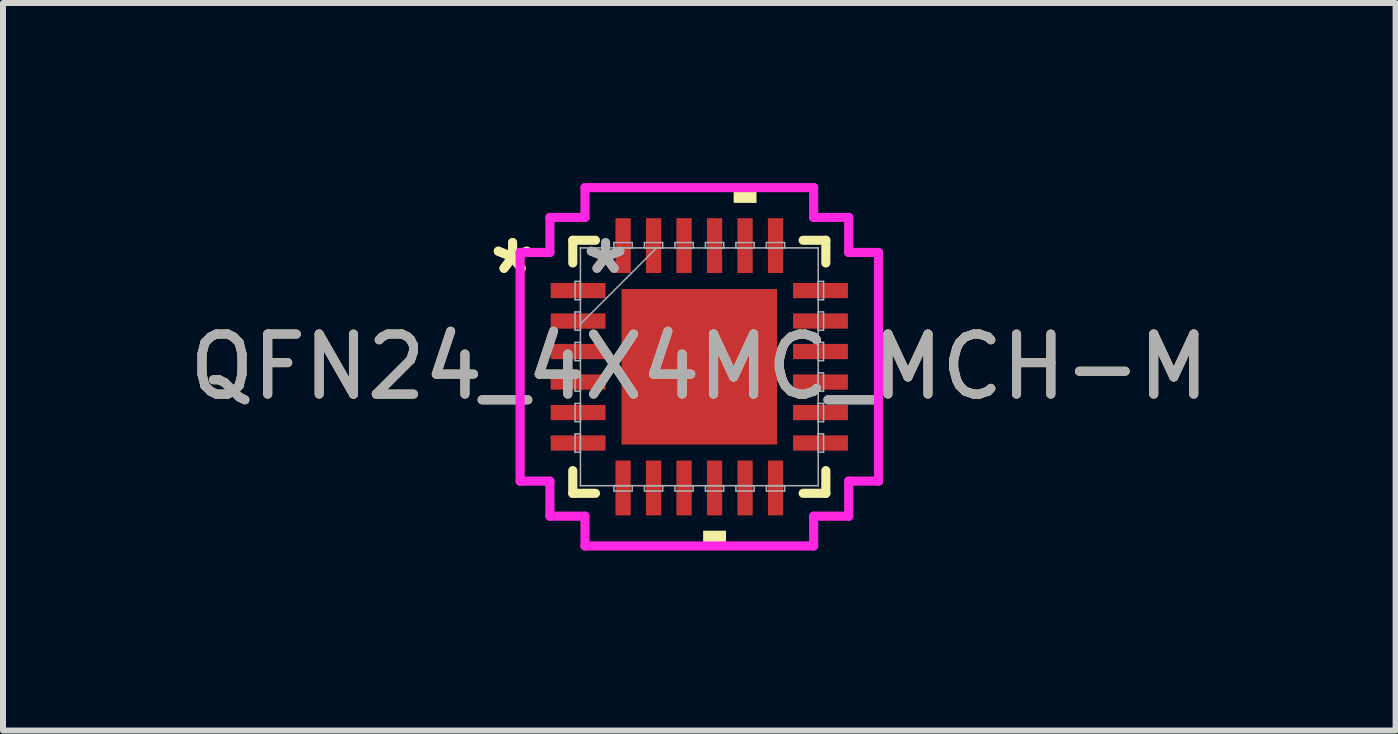
<source format=kicad_pcb>
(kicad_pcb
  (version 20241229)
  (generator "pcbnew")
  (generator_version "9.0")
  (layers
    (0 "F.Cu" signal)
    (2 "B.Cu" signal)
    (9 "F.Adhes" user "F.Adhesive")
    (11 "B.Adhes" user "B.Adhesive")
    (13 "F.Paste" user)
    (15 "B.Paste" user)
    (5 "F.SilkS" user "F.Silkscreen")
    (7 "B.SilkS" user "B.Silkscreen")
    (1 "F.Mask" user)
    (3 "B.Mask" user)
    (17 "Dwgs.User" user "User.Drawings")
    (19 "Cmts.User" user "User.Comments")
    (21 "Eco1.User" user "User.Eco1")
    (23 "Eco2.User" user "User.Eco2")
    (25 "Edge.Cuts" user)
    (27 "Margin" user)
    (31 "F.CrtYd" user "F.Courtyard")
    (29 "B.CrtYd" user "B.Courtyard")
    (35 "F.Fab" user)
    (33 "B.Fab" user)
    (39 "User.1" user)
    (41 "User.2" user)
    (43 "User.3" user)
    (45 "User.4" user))
  (footprint "QFN24_4X4MC_MCH-M"
    (layer "F.Cu")
    (at 8.601 3.061)
    (property "Reference" "QFN24_4X4MC_MCH-M" (at 0 0 0) (unlocked yes) (layer "F.SilkS") (effects (font (size 1 1) (thickness 0.15))))
    (attr smd)
    (fp_line (start -2.108 -2.108) (end -2.108 -1.73) (stroke (width 0.152) (type solid)) (layer "F.SilkS"))
    (fp_line (start -2.108 1.73) (end -2.108 2.108) (stroke (width 0.152) (type solid)) (layer "F.SilkS"))
    (fp_line (start -2.108 2.108) (end -1.73 2.108) (stroke (width 0.152) (type solid)) (layer "F.SilkS"))
    (fp_line (start -1.73 -2.108) (end -2.108 -2.108) (stroke (width 0.152) (type solid)) (layer "F.SilkS"))
    (fp_line (start 1.73 2.108) (end 2.108 2.108) (stroke (width 0.152) (type solid)) (layer "F.SilkS"))
    (fp_line (start 2.108 -2.108) (end 1.73 -2.108) (stroke (width 0.152) (type solid)) (layer "F.SilkS"))
    (fp_line (start 2.108 -1.73) (end 2.108 -2.108) (stroke (width 0.152) (type solid)) (layer "F.SilkS"))
    (fp_line (start 2.108 2.108) (end 2.108 1.73) (stroke (width 0.152) (type solid)) (layer "F.SilkS"))
    (fp_poly (pts (xy 0.064 2.731) (xy 0.064 2.985) (xy 0.445 2.985) (xy 0.445 2.731)) (stroke (width 0) (type solid)) (fill yes) (layer "F.SilkS"))
    (fp_poly (pts (xy 0.572 -2.731) (xy 0.572 -2.985) (xy 0.953 -2.985) (xy 0.953 -2.731)) (stroke (width 0) (type solid)) (fill yes) (layer "F.SilkS"))
    (fp_poly (pts (xy -1.195 -1.195) (xy -1.195 -0.1) (xy -0.1 -0.1) (xy -0.1 -1.195)) (stroke (width 0) (type solid)) (fill yes) (layer "F.Paste"))
    (fp_poly (pts (xy -1.195 0.1) (xy -1.195 1.195) (xy -0.1 1.195) (xy -0.1 0.1)) (stroke (width 0) (type solid)) (fill yes) (layer "F.Paste"))
    (fp_poly (pts (xy 0.1 -1.195) (xy 0.1 -0.1) (xy 1.195 -0.1) (xy 1.195 -1.195)) (stroke (width 0) (type solid)) (fill yes) (layer "F.Paste"))
    (fp_poly (pts (xy 0.1 0.1) (xy 0.1 1.195) (xy 1.195 1.195) (xy 1.195 0.1)) (stroke (width 0) (type solid)) (fill yes) (layer "F.Paste"))
    (fp_line (start -2.985 -1.905) (end -2.489 -1.905) (stroke (width 0.152) (type solid)) (layer "F.CrtYd"))
    (fp_line (start -2.985 1.905) (end -2.985 -1.905) (stroke (width 0.152) (type solid)) (layer "F.CrtYd"))
    (fp_line (start -2.489 -2.489) (end -1.905 -2.489) (stroke (width 0.152) (type solid)) (layer "F.CrtYd"))
    (fp_line (start -2.489 -1.905) (end -2.489 -2.489) (stroke (width 0.152) (type solid)) (layer "F.CrtYd"))
    (fp_line (start -2.489 1.905) (end -2.985 1.905) (stroke (width 0.152) (type solid)) (layer "F.CrtYd"))
    (fp_line (start -2.489 2.489) (end -2.489 1.905) (stroke (width 0.152) (type solid)) (layer "F.CrtYd"))
    (fp_line (start -1.905 -2.985) (end 1.905 -2.985) (stroke (width 0.152) (type solid)) (layer "F.CrtYd"))
    (fp_line (start -1.905 -2.489) (end -1.905 -2.985) (stroke (width 0.152) (type solid)) (layer "F.CrtYd"))
    (fp_line (start -1.905 2.489) (end -2.489 2.489) (stroke (width 0.152) (type solid)) (layer "F.CrtYd"))
    (fp_line (start -1.905 2.985) (end -1.905 2.489) (stroke (width 0.152) (type solid)) (layer "F.CrtYd"))
    (fp_line (start 1.905 -2.985) (end 1.905 -2.489) (stroke (width 0.152) (type solid)) (layer "F.CrtYd"))
    (fp_line (start 1.905 -2.489) (end 2.489 -2.489) (stroke (width 0.152) (type solid)) (layer "F.CrtYd"))
    (fp_line (start 1.905 2.489) (end 1.905 2.985) (stroke (width 0.152) (type solid)) (layer "F.CrtYd"))
    (fp_line (start 1.905 2.985) (end -1.905 2.985) (stroke (width 0.152) (type solid)) (layer "F.CrtYd"))
    (fp_line (start 2.489 -2.489) (end 2.489 -1.905) (stroke (width 0.152) (type solid)) (layer "F.CrtYd"))
    (fp_line (start 2.489 -1.905) (end 2.985 -1.905) (stroke (width 0.152) (type solid)) (layer "F.CrtYd"))
    (fp_line (start 2.489 1.905) (end 2.489 2.489) (stroke (width 0.152) (type solid)) (layer "F.CrtYd"))
    (fp_line (start 2.489 2.489) (end 1.905 2.489) (stroke (width 0.152) (type solid)) (layer "F.CrtYd"))
    (fp_line (start 2.985 -1.905) (end 2.985 1.905) (stroke (width 0.152) (type solid)) (layer "F.CrtYd"))
    (fp_line (start 2.985 1.905) (end 2.489 1.905) (stroke (width 0.152) (type solid)) (layer "F.CrtYd"))
    (fp_line (start -2.07 -1.422) (end -2.07 -1.118) (stroke (width 0.025) (type solid)) (layer "F.Fab"))
    (fp_line (start -2.07 -1.118) (end -1.981 -1.118) (stroke (width 0.025) (type solid)) (layer "F.Fab"))
    (fp_line (start -2.07 -0.914) (end -2.07 -0.61) (stroke (width 0.025) (type solid)) (layer "F.Fab"))
    (fp_line (start -2.07 -0.61) (end -1.981 -0.61) (stroke (width 0.025) (type solid)) (layer "F.Fab"))
    (fp_line (start -2.07 -0.406) (end -2.07 -0.102) (stroke (width 0.025) (type solid)) (layer "F.Fab"))
    (fp_line (start -2.07 -0.102) (end -1.981 -0.102) (stroke (width 0.025) (type solid)) (layer "F.Fab"))
    (fp_line (start -2.07 0.102) (end -2.07 0.406) (stroke (width 0.025) (type solid)) (layer "F.Fab"))
    (fp_line (start -2.07 0.406) (end -1.981 0.406) (stroke (width 0.025) (type solid)) (layer "F.Fab"))
    (fp_line (start -2.07 0.61) (end -2.07 0.914) (stroke (width 0.025) (type solid)) (layer "F.Fab"))
    (fp_line (start -2.07 0.914) (end -1.981 0.914) (stroke (width 0.025) (type solid)) (layer "F.Fab"))
    (fp_line (start -2.07 1.118) (end -2.07 1.422) (stroke (width 0.025) (type solid)) (layer "F.Fab"))
    (fp_line (start -2.07 1.422) (end -1.981 1.422) (stroke (width 0.025) (type solid)) (layer "F.Fab"))
    (fp_line (start -1.981 -1.981) (end -1.981 -1.981) (stroke (width 0.025) (type solid)) (layer "F.Fab"))
    (fp_line (start -1.981 -1.981) (end -1.981 1.981) (stroke (width 0.025) (type solid)) (layer "F.Fab"))
    (fp_line (start -1.981 -1.422) (end -2.07 -1.422) (stroke (width 0.025) (type solid)) (layer "F.Fab"))
    (fp_line (start -1.981 -1.118) (end -1.981 -1.422) (stroke (width 0.025) (type solid)) (layer "F.Fab"))
    (fp_line (start -1.981 -0.914) (end -2.07 -0.914) (stroke (width 0.025) (type solid)) (layer "F.Fab"))
    (fp_line (start -1.981 -0.711) (end -0.711 -1.981) (stroke (width 0.025) (type solid)) (layer "F.Fab"))
    (fp_line (start -1.981 -0.61) (end -1.981 -0.914) (stroke (width 0.025) (type solid)) (layer "F.Fab"))
    (fp_line (start -1.981 -0.406) (end -2.07 -0.406) (stroke (width 0.025) (type solid)) (layer "F.Fab"))
    (fp_line (start -1.981 -0.102) (end -1.981 -0.406) (stroke (width 0.025) (type solid)) (layer "F.Fab"))
    (fp_line (start -1.981 0.102) (end -2.07 0.102) (stroke (width 0.025) (type solid)) (layer "F.Fab"))
    (fp_line (start -1.981 0.406) (end -1.981 0.102) (stroke (width 0.025) (type solid)) (layer "F.Fab"))
    (fp_line (start -1.981 0.61) (end -2.07 0.61) (stroke (width 0.025) (type solid)) (layer "F.Fab"))
    (fp_line (start -1.981 0.914) (end -1.981 0.61) (stroke (width 0.025) (type solid)) (layer "F.Fab"))
    (fp_line (start -1.981 1.118) (end -2.07 1.118) (stroke (width 0.025) (type solid)) (layer "F.Fab"))
    (fp_line (start -1.981 1.422) (end -1.981 1.118) (stroke (width 0.025) (type solid)) (layer "F.Fab"))
    (fp_line (start -1.981 1.981) (end -1.981 1.981) (stroke (width 0.025) (type solid)) (layer "F.Fab"))
    (fp_line (start -1.981 1.981) (end 1.981 1.981) (stroke (width 0.025) (type solid)) (layer "F.Fab"))
    (fp_line (start -1.422 -2.07) (end -1.422 -1.981) (stroke (width 0.025) (type solid)) (layer "F.Fab"))
    (fp_line (start -1.422 -1.981) (end -1.118 -1.981) (stroke (width 0.025) (type solid)) (layer "F.Fab"))
    (fp_line (start -1.422 1.981) (end -1.422 2.07) (stroke (width 0.025) (type solid)) (layer "F.Fab"))
    (fp_line (start -1.422 2.07) (end -1.118 2.07) (stroke (width 0.025) (type solid)) (layer "F.Fab"))
    (fp_line (start -1.118 -2.07) (end -1.422 -2.07) (stroke (width 0.025) (type solid)) (layer "F.Fab"))
    (fp_line (start -1.118 -1.981) (end -1.118 -2.07) (stroke (width 0.025) (type solid)) (layer "F.Fab"))
    (fp_line (start -1.118 1.981) (end -1.422 1.981) (stroke (width 0.025) (type solid)) (layer "F.Fab"))
    (fp_line (start -1.118 2.07) (end -1.118 1.981) (stroke (width 0.025) (type solid)) (layer "F.Fab"))
    (fp_line (start -0.914 -2.07) (end -0.914 -1.981) (stroke (width 0.025) (type solid)) (layer "F.Fab"))
    (fp_line (start -0.914 -1.981) (end -0.61 -1.981) (stroke (width 0.025) (type solid)) (layer "F.Fab"))
    (fp_line (start -0.914 1.981) (end -0.914 2.07) (stroke (width 0.025) (type solid)) (layer "F.Fab"))
    (fp_line (start -0.914 2.07) (end -0.61 2.07) (stroke (width 0.025) (type solid)) (layer "F.Fab"))
    (fp_line (start -0.61 -2.07) (end -0.914 -2.07) (stroke (width 0.025) (type solid)) (layer "F.Fab"))
    (fp_line (start -0.61 -1.981) (end -0.61 -2.07) (stroke (width 0.025) (type solid)) (layer "F.Fab"))
    (fp_line (start -0.61 1.981) (end -0.914 1.981) (stroke (width 0.025) (type solid)) (layer "F.Fab"))
    (fp_line (start -0.61 2.07) (end -0.61 1.981) (stroke (width 0.025) (type solid)) (layer "F.Fab"))
    (fp_line (start -0.406 -2.07) (end -0.406 -1.981) (stroke (width 0.025) (type solid)) (layer "F.Fab"))
    (fp_line (start -0.406 -1.981) (end -0.102 -1.981) (stroke (width 0.025) (type solid)) (layer "F.Fab"))
    (fp_line (start -0.406 1.981) (end -0.406 2.07) (stroke (width 0.025) (type solid)) (layer "F.Fab"))
    (fp_line (start -0.406 2.07) (end -0.102 2.07) (stroke (width 0.025) (type solid)) (layer "F.Fab"))
    (fp_line (start -0.102 -2.07) (end -0.406 -2.07) (stroke (width 0.025) (type solid)) (layer "F.Fab"))
    (fp_line (start -0.102 -1.981) (end -0.102 -2.07) (stroke (width 0.025) (type solid)) (layer "F.Fab"))
    (fp_line (start -0.102 1.981) (end -0.406 1.981) (stroke (width 0.025) (type solid)) (layer "F.Fab"))
    (fp_line (start -0.102 2.07) (end -0.102 1.981) (stroke (width 0.025) (type solid)) (layer "F.Fab"))
    (fp_line (start 0.102 -2.07) (end 0.102 -1.981) (stroke (width 0.025) (type solid)) (layer "F.Fab"))
    (fp_line (start 0.102 -1.981) (end 0.406 -1.981) (stroke (width 0.025) (type solid)) (layer "F.Fab"))
    (fp_line (start 0.102 1.981) (end 0.102 2.07) (stroke (width 0.025) (type solid)) (layer "F.Fab"))
    (fp_line (start 0.102 2.07) (end 0.406 2.07) (stroke (width 0.025) (type solid)) (layer "F.Fab"))
    (fp_line (start 0.406 -2.07) (end 0.102 -2.07) (stroke (width 0.025) (type solid)) (layer "F.Fab"))
    (fp_line (start 0.406 -1.981) (end 0.406 -2.07) (stroke (width 0.025) (type solid)) (layer "F.Fab"))
    (fp_line (start 0.406 1.981) (end 0.102 1.981) (stroke (width 0.025) (type solid)) (layer "F.Fab"))
    (fp_line (start 0.406 2.07) (end 0.406 1.981) (stroke (width 0.025) (type solid)) (layer "F.Fab"))
    (fp_line (start 0.61 -2.07) (end 0.61 -1.981) (stroke (width 0.025) (type solid)) (layer "F.Fab"))
    (fp_line (start 0.61 -1.981) (end 0.914 -1.981) (stroke (width 0.025) (type solid)) (layer "F.Fab"))
    (fp_line (start 0.61 1.981) (end 0.61 2.07) (stroke (width 0.025) (type solid)) (layer "F.Fab"))
    (fp_line (start 0.61 2.07) (end 0.914 2.07) (stroke (width 0.025) (type solid)) (layer "F.Fab"))
    (fp_line (start 0.914 -2.07) (end 0.61 -2.07) (stroke (width 0.025) (type solid)) (layer "F.Fab"))
    (fp_line (start 0.914 -1.981) (end 0.914 -2.07) (stroke (width 0.025) (type solid)) (layer "F.Fab"))
    (fp_line (start 0.914 1.981) (end 0.61 1.981) (stroke (width 0.025) (type solid)) (layer "F.Fab"))
    (fp_line (start 0.914 2.07) (end 0.914 1.981) (stroke (width 0.025) (type solid)) (layer "F.Fab"))
    (fp_line (start 1.118 -2.07) (end 1.118 -1.981) (stroke (width 0.025) (type solid)) (layer "F.Fab"))
    (fp_line (start 1.118 -1.981) (end 1.422 -1.981) (stroke (width 0.025) (type solid)) (layer "F.Fab"))
    (fp_line (start 1.118 1.981) (end 1.118 2.07) (stroke (width 0.025) (type solid)) (layer "F.Fab"))
    (fp_line (start 1.118 2.07) (end 1.422 2.07) (stroke (width 0.025) (type solid)) (layer "F.Fab"))
    (fp_line (start 1.422 -2.07) (end 1.118 -2.07) (stroke (width 0.025) (type solid)) (layer "F.Fab"))
    (fp_line (start 1.422 -1.981) (end 1.422 -2.07) (stroke (width 0.025) (type solid)) (layer "F.Fab"))
    (fp_line (start 1.422 1.981) (end 1.118 1.981) (stroke (width 0.025) (type solid)) (layer "F.Fab"))
    (fp_line (start 1.422 2.07) (end 1.422 1.981) (stroke (width 0.025) (type solid)) (layer "F.Fab"))
    (fp_line (start 1.981 -1.981) (end -1.981 -1.981) (stroke (width 0.025) (type solid)) (layer "F.Fab"))
    (fp_line (start 1.981 -1.981) (end 1.981 -1.981) (stroke (width 0.025) (type solid)) (layer "F.Fab"))
    (fp_line (start 1.981 -1.422) (end 1.981 -1.118) (stroke (width 0.025) (type solid)) (layer "F.Fab"))
    (fp_line (start 1.981 -1.118) (end 2.07 -1.118) (stroke (width 0.025) (type solid)) (layer "F.Fab"))
    (fp_line (start 1.981 -0.914) (end 1.981 -0.61) (stroke (width 0.025) (type solid)) (layer "F.Fab"))
    (fp_line (start 1.981 -0.61) (end 2.07 -0.61) (stroke (width 0.025) (type solid)) (layer "F.Fab"))
    (fp_line (start 1.981 -0.406) (end 1.981 -0.102) (stroke (width 0.025) (type solid)) (layer "F.Fab"))
    (fp_line (start 1.981 -0.102) (end 2.07 -0.102) (stroke (width 0.025) (type solid)) (layer "F.Fab"))
    (fp_line (start 1.981 0.102) (end 1.981 0.406) (stroke (width 0.025) (type solid)) (layer "F.Fab"))
    (fp_line (start 1.981 0.406) (end 2.07 0.406) (stroke (width 0.025) (type solid)) (layer "F.Fab"))
    (fp_line (start 1.981 0.61) (end 1.981 0.914) (stroke (width 0.025) (type solid)) (layer "F.Fab"))
    (fp_line (start 1.981 0.914) (end 2.07 0.914) (stroke (width 0.025) (type solid)) (layer "F.Fab"))
    (fp_line (start 1.981 1.118) (end 1.981 1.422) (stroke (width 0.025) (type solid)) (layer "F.Fab"))
    (fp_line (start 1.981 1.422) (end 2.07 1.422) (stroke (width 0.025) (type solid)) (layer "F.Fab"))
    (fp_line (start 1.981 1.981) (end 1.981 -1.981) (stroke (width 0.025) (type solid)) (layer "F.Fab"))
    (fp_line (start 1.981 1.981) (end 1.981 1.981) (stroke (width 0.025) (type solid)) (layer "F.Fab"))
    (fp_line (start 2.07 -1.422) (end 1.981 -1.422) (stroke (width 0.025) (type solid)) (layer "F.Fab"))
    (fp_line (start 2.07 -1.118) (end 2.07 -1.422) (stroke (width 0.025) (type solid)) (layer "F.Fab"))
    (fp_line (start 2.07 -0.914) (end 1.981 -0.914) (stroke (width 0.025) (type solid)) (layer "F.Fab"))
    (fp_line (start 2.07 -0.61) (end 2.07 -0.914) (stroke (width 0.025) (type solid)) (layer "F.Fab"))
    (fp_line (start 2.07 -0.406) (end 1.981 -0.406) (stroke (width 0.025) (type solid)) (layer "F.Fab"))
    (fp_line (start 2.07 -0.102) (end 2.07 -0.406) (stroke (width 0.025) (type solid)) (layer "F.Fab"))
    (fp_line (start 2.07 0.102) (end 1.981 0.102) (stroke (width 0.025) (type solid)) (layer "F.Fab"))
    (fp_line (start 2.07 0.406) (end 2.07 0.102) (stroke (width 0.025) (type solid)) (layer "F.Fab"))
    (fp_line (start 2.07 0.61) (end 1.981 0.61) (stroke (width 0.025) (type solid)) (layer "F.Fab"))
    (fp_line (start 2.07 0.914) (end 2.07 0.61) (stroke (width 0.025) (type solid)) (layer "F.Fab"))
    (fp_line (start 2.07 1.118) (end 1.981 1.118) (stroke (width 0.025) (type solid)) (layer "F.Fab"))
    (fp_line (start 2.07 1.422) (end 2.07 1.118) (stroke (width 0.025) (type solid)) (layer "F.Fab"))
    (fp_text user "*" (at -3.111 -1.524 0) (unlocked yes) (layer "F.SilkS") (effects (font (size 1 1) (thickness 0.15))))
    (fp_text user "*" (at -3.111 -1.524 0) (layer "F.SilkS") (effects (font (size 1 1) (thickness 0.15))))
    (fp_text user "*" (at -1.562 -1.524 0) (layer "F.Fab") (effects (font (size 1 1) (thickness 0.15))))
    (fp_text user "${REFERENCE}" (at 0 0 0) (unlocked yes) (layer "F.Fab") (effects (font (size 1 1) (thickness 0.15))))
    (fp_text user "*" (at -1.562 -1.524 0) (unlocked yes) (layer "F.Fab") (effects (font (size 1 1) (thickness 0.15))))
    (pad "1" smd rect (at -2.019 -1.27 90) (size 0.254 0.914) (layers "F.Cu" "F.Mask" "F.Paste"))
    (pad "2" smd rect (at -2.019 -0.762 90) (size 0.254 0.914) (layers "F.Cu" "F.Mask" "F.Paste"))
    (pad "3" smd rect (at -2.019 -0.254 90) (size 0.254 0.914) (layers "F.Cu" "F.Mask" "F.Paste"))
    (pad "4" smd rect (at -2.019 0.254 90) (size 0.254 0.914) (layers "F.Cu" "F.Mask" "F.Paste"))
    (pad "5" smd rect (at -2.019 0.762 90) (size 0.254 0.914) (layers "F.Cu" "F.Mask" "F.Paste"))
    (pad "6" smd rect (at -2.019 1.27 90) (size 0.254 0.914) (layers "F.Cu" "F.Mask" "F.Paste"))
    (pad "7" smd rect (at -1.27 2.019) (size 0.254 0.914) (layers "F.Cu" "F.Mask" "F.Paste"))
    (pad "8" smd rect (at -0.762 2.019) (size 0.254 0.914) (layers "F.Cu" "F.Mask" "F.Paste"))
    (pad "9" smd rect (at -0.254 2.019) (size 0.254 0.914) (layers "F.Cu" "F.Mask" "F.Paste"))
    (pad "10" smd rect (at 0.254 2.019) (size 0.254 0.914) (layers "F.Cu" "F.Mask" "F.Paste"))
    (pad "11" smd rect (at 0.762 2.019) (size 0.254 0.914) (layers "F.Cu" "F.Mask" "F.Paste"))
    (pad "12" smd rect (at 1.27 2.019) (size 0.254 0.914) (layers "F.Cu" "F.Mask" "F.Paste"))
    (pad "13" smd rect (at 2.019 1.27 90) (size 0.254 0.914) (layers "F.Cu" "F.Mask" "F.Paste"))
    (pad "14" smd rect (at 2.019 0.762 90) (size 0.254 0.914) (layers "F.Cu" "F.Mask" "F.Paste"))
    (pad "15" smd rect (at 2.019 0.254 90) (size 0.254 0.914) (layers "F.Cu" "F.Mask" "F.Paste"))
    (pad "16" smd rect (at 2.019 -0.254 90) (size 0.254 0.914) (layers "F.Cu" "F.Mask" "F.Paste"))
    (pad "17" smd rect (at 2.019 -0.762 90) (size 0.254 0.914) (layers "F.Cu" "F.Mask" "F.Paste"))
    (pad "18" smd rect (at 2.019 -1.27 90) (size 0.254 0.914) (layers "F.Cu" "F.Mask" "F.Paste"))
    (pad "19" smd rect (at 1.27 -2.019) (size 0.254 0.914) (layers "F.Cu" "F.Mask" "F.Paste"))
    (pad "20" smd rect (at 0.762 -2.019) (size 0.254 0.914) (layers "F.Cu" "F.Mask" "F.Paste"))
    (pad "21" smd rect (at 0.254 -2.019) (size 0.254 0.914) (layers "F.Cu" "F.Mask" "F.Paste"))
    (pad "22" smd rect (at -0.254 -2.019) (size 0.254 0.914) (layers "F.Cu" "F.Mask" "F.Paste"))
    (pad "23" smd rect (at -0.762 -2.019) (size 0.254 0.914) (layers "F.Cu" "F.Mask" "F.Paste"))
    (pad "24" smd rect (at -1.27 -2.019) (size 0.254 0.914) (layers "F.Cu" "F.Mask" "F.Paste"))
    (pad "25" smd rect (at 0 0) (size 2.591 2.591) (layers "F.Cu" "F.Mask" "F.Paste")))
  (gr_rect
    (start -3 -3)
    (end 20.202 9.121)
    (stroke (width 0.1) (type default))
    (fill no)
    (layer "Edge.Cuts")))
</source>
